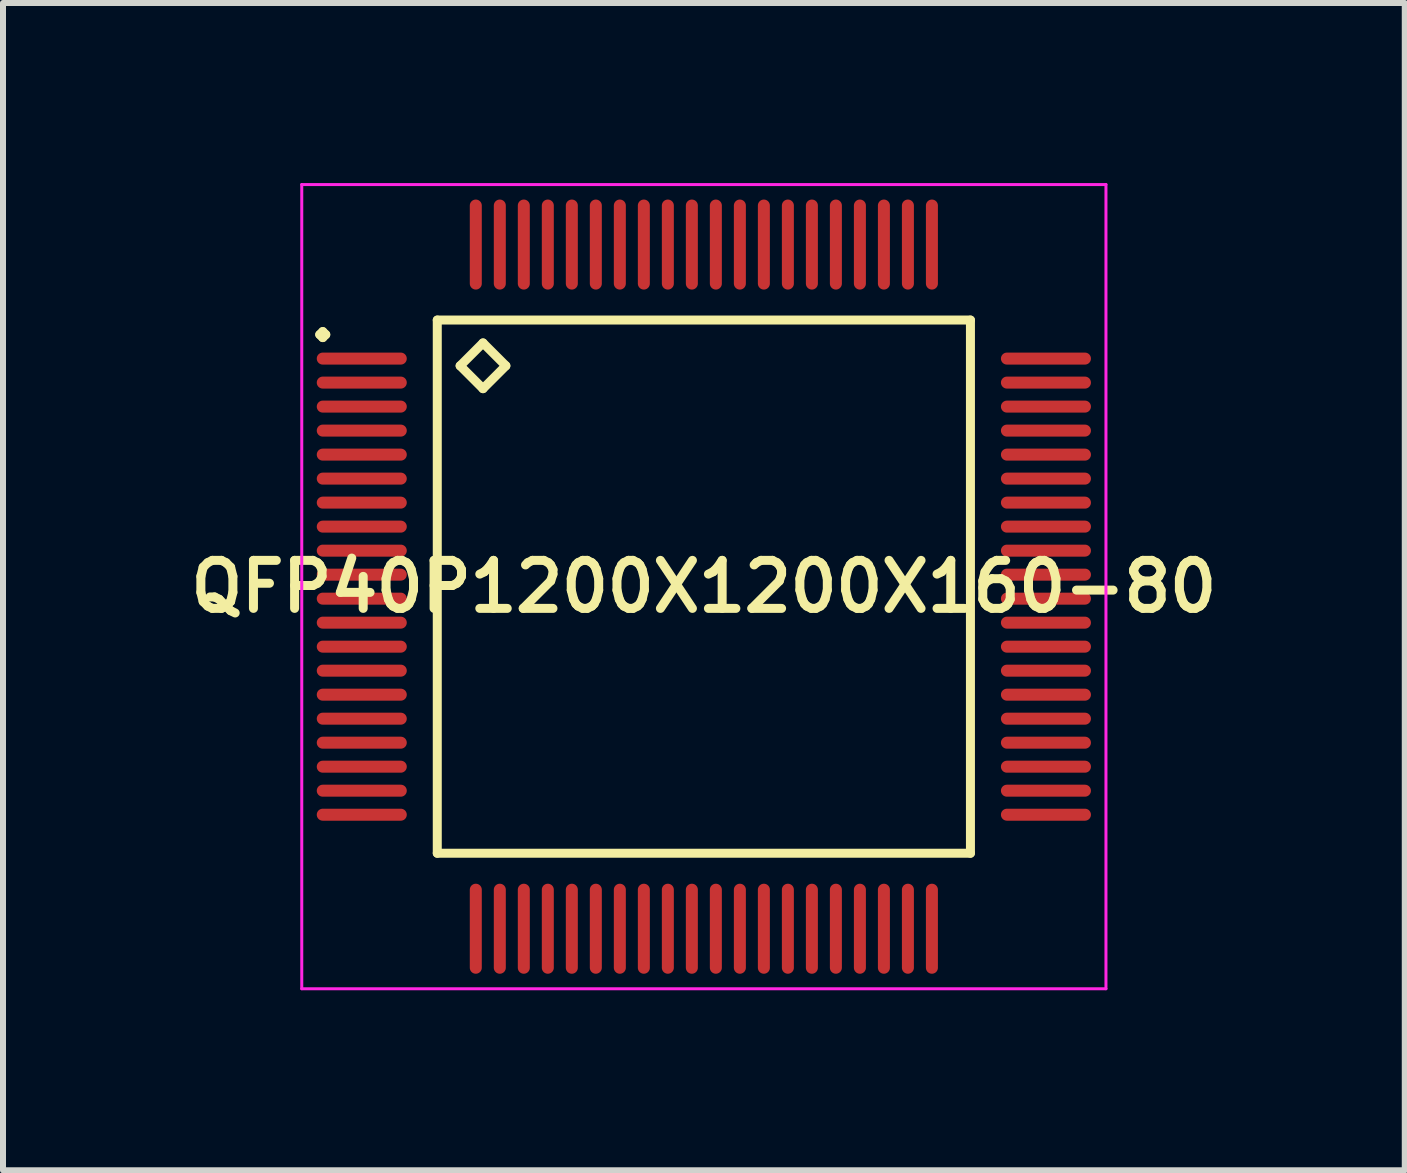
<source format=kicad_pcb>
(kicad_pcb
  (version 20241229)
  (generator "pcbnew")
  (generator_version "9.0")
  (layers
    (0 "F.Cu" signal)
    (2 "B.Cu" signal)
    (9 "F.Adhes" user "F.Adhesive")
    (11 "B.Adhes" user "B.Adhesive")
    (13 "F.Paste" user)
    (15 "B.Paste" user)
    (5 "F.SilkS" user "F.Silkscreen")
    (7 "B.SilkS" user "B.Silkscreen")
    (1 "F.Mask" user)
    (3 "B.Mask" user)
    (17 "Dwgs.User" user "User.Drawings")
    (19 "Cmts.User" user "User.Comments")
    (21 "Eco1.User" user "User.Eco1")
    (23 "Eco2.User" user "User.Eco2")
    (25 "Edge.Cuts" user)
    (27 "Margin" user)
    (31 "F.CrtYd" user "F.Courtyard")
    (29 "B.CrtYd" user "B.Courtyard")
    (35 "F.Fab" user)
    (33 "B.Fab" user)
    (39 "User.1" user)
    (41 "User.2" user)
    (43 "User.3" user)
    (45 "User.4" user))
  (footprint "QFP40P1200X1200X160-80"
    (layer "F.Cu")
    (at 8.678 6.725)
    (property "Reference" "QFP40P1200X1200X160-80" (at 0 0 0) (layer "F.SilkS") (effects (font (size 0.8 0.8) (thickness 0.15))))
    (attr smd)
    (fp_line (start -6.4 -4.2) (end -6.35 -4.25) (stroke (width 0.15) (type solid)) (layer "F.SilkS"))
    (fp_line (start -6.35 -4.25) (end -6.3 -4.2) (stroke (width 0.15) (type solid)) (layer "F.SilkS"))
    (fp_line (start -6.35 -4.15) (end -6.4 -4.2) (stroke (width 0.15) (type solid)) (layer "F.SilkS"))
    (fp_line (start -6.3 -4.2) (end -6.35 -4.15) (stroke (width 0.15) (type solid)) (layer "F.SilkS"))
    (fp_line (start -4.442 -4.442) (end -4.442 4.442) (stroke (width 0.15) (type solid)) (layer "F.SilkS"))
    (fp_line (start -4.442 4.442) (end 4.442 4.442) (stroke (width 0.15) (type solid)) (layer "F.SilkS"))
    (fp_line (start -4.061 -3.68) (end -3.68 -4.061) (stroke (width 0.15) (type solid)) (layer "F.SilkS"))
    (fp_line (start -3.68 -4.061) (end -3.299 -3.68) (stroke (width 0.15) (type solid)) (layer "F.SilkS"))
    (fp_line (start -3.68 -3.299) (end -4.061 -3.68) (stroke (width 0.15) (type solid)) (layer "F.SilkS"))
    (fp_line (start -3.299 -3.68) (end -3.68 -3.299) (stroke (width 0.15) (type solid)) (layer "F.SilkS"))
    (fp_line (start 4.442 -4.442) (end -4.442 -4.442) (stroke (width 0.15) (type solid)) (layer "F.SilkS"))
    (fp_line (start 4.442 4.442) (end 4.442 -4.442) (stroke (width 0.15) (type solid)) (layer "F.SilkS"))
    (fp_line (start -6.7 -6.7) (end 6.7 -6.7) (stroke (width 0.05) (type solid)) (layer "F.CrtYd"))
    (fp_line (start -6.7 6.7) (end -6.7 -6.7) (stroke (width 0.05) (type solid)) (layer "F.CrtYd"))
    (fp_line (start 6.7 -6.7) (end 6.7 6.7) (stroke (width 0.05) (type solid)) (layer "F.CrtYd"))
    (fp_line (start 6.7 6.7) (end -6.7 6.7) (stroke (width 0.05) (type solid)) (layer "F.CrtYd"))
    (pad "1" smd oval (at -5.7 -3.8) (size 1.5 0.2) (layers "F.Cu" "F.Mask" "F.Paste"))
    (pad "2" smd oval (at -5.7 -3.4) (size 1.5 0.2) (layers "F.Cu" "F.Mask" "F.Paste"))
    (pad "3" smd oval (at -5.7 -3) (size 1.5 0.2) (layers "F.Cu" "F.Mask" "F.Paste"))
    (pad "4" smd oval (at -5.7 -2.6) (size 1.5 0.2) (layers "F.Cu" "F.Mask" "F.Paste"))
    (pad "5" smd oval (at -5.7 -2.2) (size 1.5 0.2) (layers "F.Cu" "F.Mask" "F.Paste"))
    (pad "6" smd oval (at -5.7 -1.8) (size 1.5 0.2) (layers "F.Cu" "F.Mask" "F.Paste"))
    (pad "7" smd oval (at -5.7 -1.4) (size 1.5 0.2) (layers "F.Cu" "F.Mask" "F.Paste"))
    (pad "8" smd oval (at -5.7 -1) (size 1.5 0.2) (layers "F.Cu" "F.Mask" "F.Paste"))
    (pad "9" smd oval (at -5.7 -0.6) (size 1.5 0.2) (layers "F.Cu" "F.Mask" "F.Paste"))
    (pad "10" smd oval (at -5.7 -0.2) (size 1.5 0.2) (layers "F.Cu" "F.Mask" "F.Paste"))
    (pad "11" smd oval (at -5.7 0.2) (size 1.5 0.2) (layers "F.Cu" "F.Mask" "F.Paste"))
    (pad "12" smd oval (at -5.7 0.6) (size 1.5 0.2) (layers "F.Cu" "F.Mask" "F.Paste"))
    (pad "13" smd oval (at -5.7 1) (size 1.5 0.2) (layers "F.Cu" "F.Mask" "F.Paste"))
    (pad "14" smd oval (at -5.7 1.4) (size 1.5 0.2) (layers "F.Cu" "F.Mask" "F.Paste"))
    (pad "15" smd oval (at -5.7 1.8) (size 1.5 0.2) (layers "F.Cu" "F.Mask" "F.Paste"))
    (pad "16" smd oval (at -5.7 2.2) (size 1.5 0.2) (layers "F.Cu" "F.Mask" "F.Paste"))
    (pad "17" smd oval (at -5.7 2.6) (size 1.5 0.2) (layers "F.Cu" "F.Mask" "F.Paste"))
    (pad "18" smd oval (at -5.7 3) (size 1.5 0.2) (layers "F.Cu" "F.Mask" "F.Paste"))
    (pad "19" smd oval (at -5.7 3.4) (size 1.5 0.2) (layers "F.Cu" "F.Mask" "F.Paste"))
    (pad "20" smd oval (at -5.7 3.8) (size 1.5 0.2) (layers "F.Cu" "F.Mask" "F.Paste"))
    (pad "21" smd oval (at -3.8 5.7) (size 0.2 1.5) (layers "F.Cu" "F.Mask" "F.Paste"))
    (pad "22" smd oval (at -3.4 5.7) (size 0.2 1.5) (layers "F.Cu" "F.Mask" "F.Paste"))
    (pad "23" smd oval (at -3 5.7) (size 0.2 1.5) (layers "F.Cu" "F.Mask" "F.Paste"))
    (pad "24" smd oval (at -2.6 5.7) (size 0.2 1.5) (layers "F.Cu" "F.Mask" "F.Paste"))
    (pad "25" smd oval (at -2.2 5.7) (size 0.2 1.5) (layers "F.Cu" "F.Mask" "F.Paste"))
    (pad "26" smd oval (at -1.8 5.7) (size 0.2 1.5) (layers "F.Cu" "F.Mask" "F.Paste"))
    (pad "27" smd oval (at -1.4 5.7) (size 0.2 1.5) (layers "F.Cu" "F.Mask" "F.Paste"))
    (pad "28" smd oval (at -1 5.7) (size 0.2 1.5) (layers "F.Cu" "F.Mask" "F.Paste"))
    (pad "29" smd oval (at -0.6 5.7) (size 0.2 1.5) (layers "F.Cu" "F.Mask" "F.Paste"))
    (pad "30" smd oval (at -0.2 5.7) (size 0.2 1.5) (layers "F.Cu" "F.Mask" "F.Paste"))
    (pad "31" smd oval (at 0.2 5.7) (size 0.2 1.5) (layers "F.Cu" "F.Mask" "F.Paste"))
    (pad "32" smd oval (at 0.6 5.7) (size 0.2 1.5) (layers "F.Cu" "F.Mask" "F.Paste"))
    (pad "33" smd oval (at 1 5.7) (size 0.2 1.5) (layers "F.Cu" "F.Mask" "F.Paste"))
    (pad "34" smd oval (at 1.4 5.7) (size 0.2 1.5) (layers "F.Cu" "F.Mask" "F.Paste"))
    (pad "35" smd oval (at 1.8 5.7) (size 0.2 1.5) (layers "F.Cu" "F.Mask" "F.Paste"))
    (pad "36" smd oval (at 2.2 5.7) (size 0.2 1.5) (layers "F.Cu" "F.Mask" "F.Paste"))
    (pad "37" smd oval (at 2.6 5.7) (size 0.2 1.5) (layers "F.Cu" "F.Mask" "F.Paste"))
    (pad "38" smd oval (at 3 5.7) (size 0.2 1.5) (layers "F.Cu" "F.Mask" "F.Paste"))
    (pad "39" smd oval (at 3.4 5.7) (size 0.2 1.5) (layers "F.Cu" "F.Mask" "F.Paste"))
    (pad "40" smd oval (at 3.8 5.7) (size 0.2 1.5) (layers "F.Cu" "F.Mask" "F.Paste"))
    (pad "41" smd oval (at 5.7 3.8) (size 1.5 0.2) (layers "F.Cu" "F.Mask" "F.Paste"))
    (pad "42" smd oval (at 5.7 3.4) (size 1.5 0.2) (layers "F.Cu" "F.Mask" "F.Paste"))
    (pad "43" smd oval (at 5.7 3) (size 1.5 0.2) (layers "F.Cu" "F.Mask" "F.Paste"))
    (pad "44" smd oval (at 5.7 2.6) (size 1.5 0.2) (layers "F.Cu" "F.Mask" "F.Paste"))
    (pad "45" smd oval (at 5.7 2.2) (size 1.5 0.2) (layers "F.Cu" "F.Mask" "F.Paste"))
    (pad "46" smd oval (at 5.7 1.8) (size 1.5 0.2) (layers "F.Cu" "F.Mask" "F.Paste"))
    (pad "47" smd oval (at 5.7 1.4) (size 1.5 0.2) (layers "F.Cu" "F.Mask" "F.Paste"))
    (pad "48" smd oval (at 5.7 1) (size 1.5 0.2) (layers "F.Cu" "F.Mask" "F.Paste"))
    (pad "49" smd oval (at 5.7 0.6) (size 1.5 0.2) (layers "F.Cu" "F.Mask" "F.Paste"))
    (pad "50" smd oval (at 5.7 0.2) (size 1.5 0.2) (layers "F.Cu" "F.Mask" "F.Paste"))
    (pad "51" smd oval (at 5.7 -0.2) (size 1.5 0.2) (layers "F.Cu" "F.Mask" "F.Paste"))
    (pad "52" smd oval (at 5.7 -0.6) (size 1.5 0.2) (layers "F.Cu" "F.Mask" "F.Paste"))
    (pad "53" smd oval (at 5.7 -1) (size 1.5 0.2) (layers "F.Cu" "F.Mask" "F.Paste"))
    (pad "54" smd oval (at 5.7 -1.4) (size 1.5 0.2) (layers "F.Cu" "F.Mask" "F.Paste"))
    (pad "55" smd oval (at 5.7 -1.8) (size 1.5 0.2) (layers "F.Cu" "F.Mask" "F.Paste"))
    (pad "56" smd oval (at 5.7 -2.2) (size 1.5 0.2) (layers "F.Cu" "F.Mask" "F.Paste"))
    (pad "57" smd oval (at 5.7 -2.6) (size 1.5 0.2) (layers "F.Cu" "F.Mask" "F.Paste"))
    (pad "58" smd oval (at 5.7 -3) (size 1.5 0.2) (layers "F.Cu" "F.Mask" "F.Paste"))
    (pad "59" smd oval (at 5.7 -3.4) (size 1.5 0.2) (layers "F.Cu" "F.Mask" "F.Paste"))
    (pad "60" smd oval (at 5.7 -3.8) (size 1.5 0.2) (layers "F.Cu" "F.Mask" "F.Paste"))
    (pad "61" smd oval (at 3.8 -5.7) (size 0.2 1.5) (layers "F.Cu" "F.Mask" "F.Paste"))
    (pad "62" smd oval (at 3.4 -5.7) (size 0.2 1.5) (layers "F.Cu" "F.Mask" "F.Paste"))
    (pad "63" smd oval (at 3 -5.7) (size 0.2 1.5) (layers "F.Cu" "F.Mask" "F.Paste"))
    (pad "64" smd oval (at 2.6 -5.7) (size 0.2 1.5) (layers "F.Cu" "F.Mask" "F.Paste"))
    (pad "65" smd oval (at 2.2 -5.7) (size 0.2 1.5) (layers "F.Cu" "F.Mask" "F.Paste"))
    (pad "66" smd oval (at 1.8 -5.7) (size 0.2 1.5) (layers "F.Cu" "F.Mask" "F.Paste"))
    (pad "67" smd oval (at 1.4 -5.7) (size 0.2 1.5) (layers "F.Cu" "F.Mask" "F.Paste"))
    (pad "68" smd oval (at 1 -5.7) (size 0.2 1.5) (layers "F.Cu" "F.Mask" "F.Paste"))
    (pad "69" smd oval (at 0.6 -5.7) (size 0.2 1.5) (layers "F.Cu" "F.Mask" "F.Paste"))
    (pad "70" smd oval (at 0.2 -5.7) (size 0.2 1.5) (layers "F.Cu" "F.Mask" "F.Paste"))
    (pad "71" smd oval (at -0.2 -5.7) (size 0.2 1.5) (layers "F.Cu" "F.Mask" "F.Paste"))
    (pad "72" smd oval (at -0.6 -5.7) (size 0.2 1.5) (layers "F.Cu" "F.Mask" "F.Paste"))
    (pad "73" smd oval (at -1 -5.7) (size 0.2 1.5) (layers "F.Cu" "F.Mask" "F.Paste"))
    (pad "74" smd oval (at -1.4 -5.7) (size 0.2 1.5) (layers "F.Cu" "F.Mask" "F.Paste"))
    (pad "75" smd oval (at -1.8 -5.7) (size 0.2 1.5) (layers "F.Cu" "F.Mask" "F.Paste"))
    (pad "76" smd oval (at -2.2 -5.7) (size 0.2 1.5) (layers "F.Cu" "F.Mask" "F.Paste"))
    (pad "77" smd oval (at -2.6 -5.7) (size 0.2 1.5) (layers "F.Cu" "F.Mask" "F.Paste"))
    (pad "78" smd oval (at -3 -5.7) (size 0.2 1.5) (layers "F.Cu" "F.Mask" "F.Paste"))
    (pad "79" smd oval (at -3.4 -5.7) (size 0.2 1.5) (layers "F.Cu" "F.Mask" "F.Paste"))
    (pad "80" smd oval (at -3.8 -5.7) (size 0.2 1.5) (layers "F.Cu" "F.Mask" "F.Paste")))
  (gr_rect
    (start -3 -3)
    (end 20.357 16.45)
    (stroke (width 0.1) (type default))
    (fill no)
    (layer "Edge.Cuts")))
</source>
